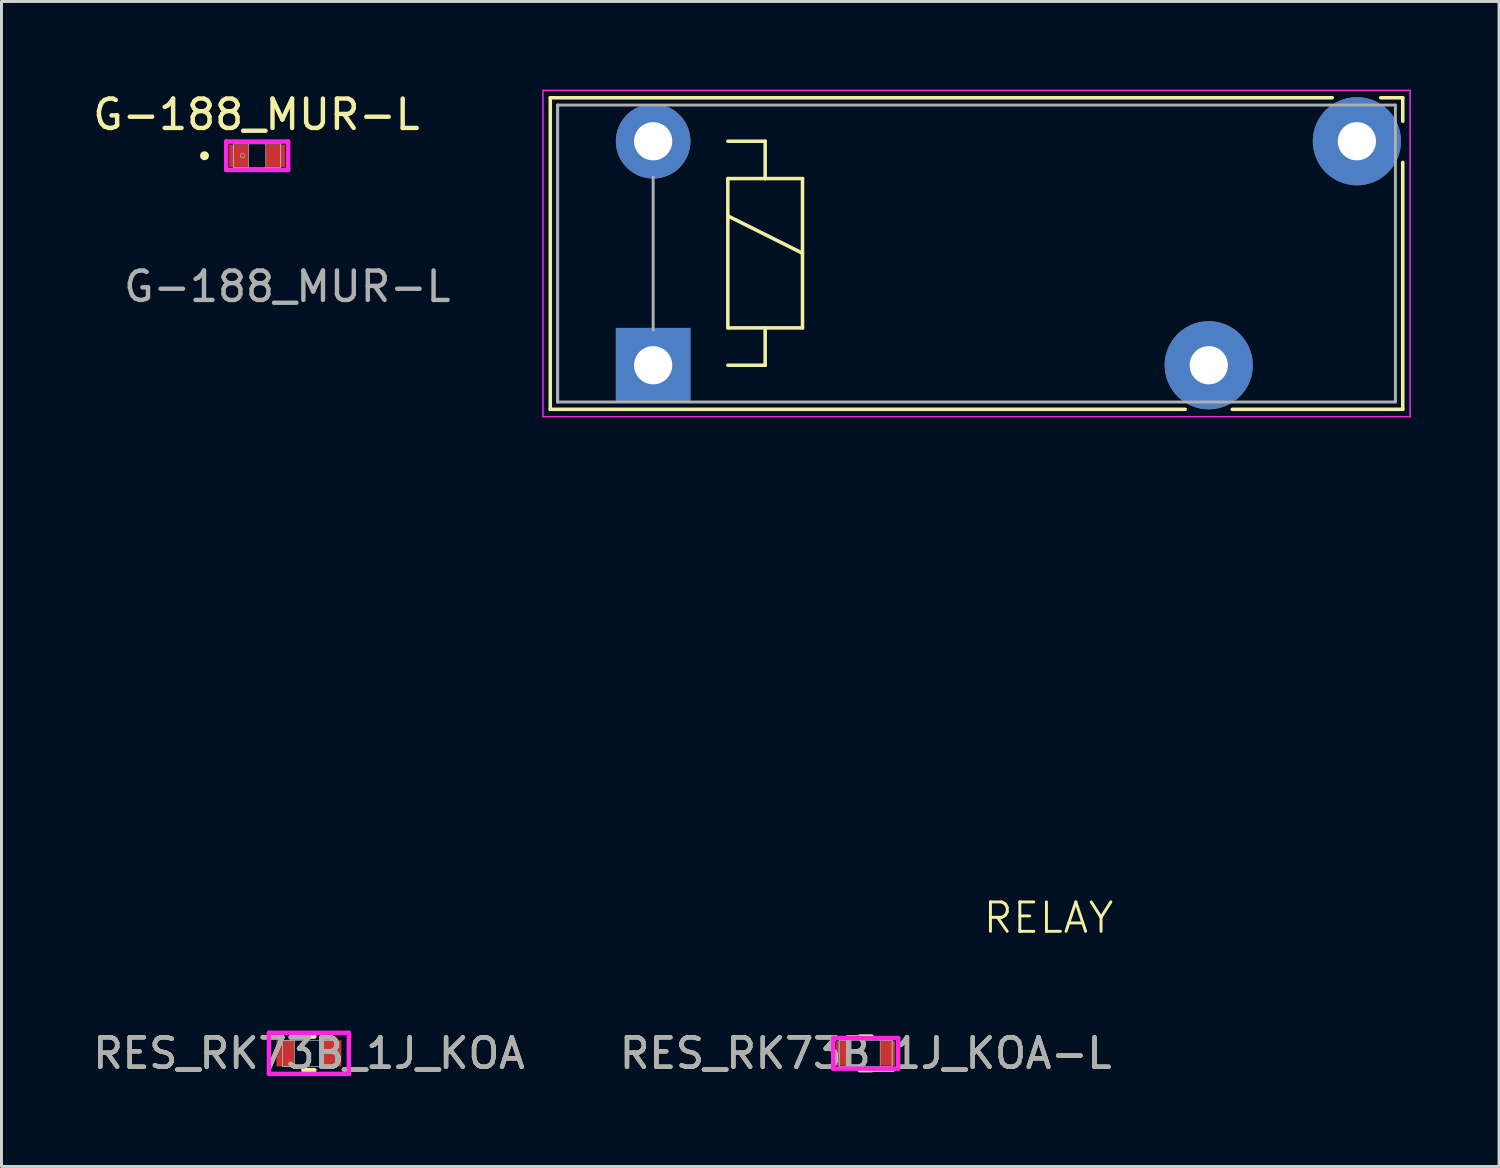
<source format=kicad_pcb>
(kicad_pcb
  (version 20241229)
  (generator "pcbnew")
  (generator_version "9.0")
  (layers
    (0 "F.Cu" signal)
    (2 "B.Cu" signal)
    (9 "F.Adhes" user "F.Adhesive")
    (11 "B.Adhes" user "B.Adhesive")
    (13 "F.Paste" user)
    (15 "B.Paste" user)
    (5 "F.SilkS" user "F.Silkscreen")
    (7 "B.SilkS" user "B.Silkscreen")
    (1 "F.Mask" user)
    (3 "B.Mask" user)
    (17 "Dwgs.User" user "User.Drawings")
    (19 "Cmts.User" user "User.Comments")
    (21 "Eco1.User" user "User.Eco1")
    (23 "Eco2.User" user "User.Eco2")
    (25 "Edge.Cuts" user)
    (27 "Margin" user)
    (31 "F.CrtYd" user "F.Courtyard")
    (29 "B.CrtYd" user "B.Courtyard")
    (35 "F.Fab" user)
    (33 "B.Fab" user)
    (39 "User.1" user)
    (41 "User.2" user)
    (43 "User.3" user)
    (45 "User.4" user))
  (footprint "RELAY"
    (layer "F.Cu")
    (at 31.52 5.775)
    (property "Reference" "RELAY" (at 1.1 22.4 0) (unlocked yes) (layer "F.SilkS") (effects (font (size 1 1) (thickness 0.1))))
    (attr through_hole)
    (fp_line (start -15.85 -5.5) (end 10.75 -5.5) (stroke (width 0.12) (type solid)) (layer "F.SilkS"))
    (fp_line (start -15.85 5.1) (end -15.85 -5.5) (stroke (width 0.12) (type solid)) (layer "F.SilkS"))
    (fp_line (start -9.81 -4.02) (end -8.54 -4.02) (stroke (width 0.12) (type solid)) (layer "F.SilkS"))
    (fp_line (start -9.81 -2.75) (end -8.54 -2.75) (stroke (width 0.12) (type solid)) (layer "F.SilkS"))
    (fp_line (start -9.81 -1.48) (end -7.27 -0.21) (stroke (width 0.12) (type solid)) (layer "F.SilkS"))
    (fp_line (start -9.81 2.33) (end -9.81 -2.75) (stroke (width 0.12) (type solid)) (layer "F.SilkS"))
    (fp_line (start -8.54 -4.02) (end -8.54 -2.75) (stroke (width 0.12) (type solid)) (layer "F.SilkS"))
    (fp_line (start -8.54 -2.75) (end -7.27 -2.75) (stroke (width 0.12) (type solid)) (layer "F.SilkS"))
    (fp_line (start -8.54 2.33) (end -8.54 3.6) (stroke (width 0.12) (type solid)) (layer "F.SilkS"))
    (fp_line (start -8.54 3.6) (end -9.81 3.6) (stroke (width 0.12) (type solid)) (layer "F.SilkS"))
    (fp_line (start -7.27 -2.75) (end -7.27 2.33) (stroke (width 0.12) (type solid)) (layer "F.SilkS"))
    (fp_line (start -7.27 2.33) (end -9.81 2.33) (stroke (width 0.12) (type solid)) (layer "F.SilkS"))
    (fp_line (start 5.75 5.1) (end -15.85 5.1) (stroke (width 0.12) (type solid)) (layer "F.SilkS"))
    (fp_line (start 12.4 -5.5) (end 13.15 -5.5) (stroke (width 0.12) (type solid)) (layer "F.SilkS"))
    (fp_line (start 13.15 -5.5) (end 13.15 -4.7) (stroke (width 0.12) (type solid)) (layer "F.SilkS"))
    (fp_line (start 13.15 -3.3) (end 13.15 5.1) (stroke (width 0.12) (type solid)) (layer "F.SilkS"))
    (fp_line (start 13.15 5.1) (end 7.35 5.1) (stroke (width 0.12) (type solid)) (layer "F.SilkS"))
    (fp_line (start -16.1 -5.75) (end -16.1 5.35) (stroke (width 0.05) (type solid)) (layer "F.CrtYd"))
    (fp_line (start -16.1 5.35) (end 13.4 5.35) (stroke (width 0.05) (type solid)) (layer "F.CrtYd"))
    (fp_line (start 13.4 -5.75) (end -16.1 -5.75) (stroke (width 0.05) (type solid)) (layer "F.CrtYd"))
    (fp_line (start 13.4 5.35) (end 13.4 -5.75) (stroke (width 0.05) (type solid)) (layer "F.CrtYd"))
    (fp_line (start -15.6 -5.25) (end 12.9 -5.25) (stroke (width 0.1) (type solid)) (layer "F.Fab"))
    (fp_line (start -15.6 4.85) (end -15.6 -5.25) (stroke (width 0.1) (type solid)) (layer "F.Fab"))
    (fp_line (start -15.6 4.85) (end -15.6 -5.25) (stroke (width 0.1) (type solid)) (layer "F.Fab"))
    (fp_line (start -12.35 -2.8) (end -12.35 2.4) (stroke (width 0.1) (type solid)) (layer "F.Fab"))
    (fp_line (start 12.9 -5.25) (end 12.9 4.85) (stroke (width 0.1) (type solid)) (layer "F.Fab"))
    (fp_line (start 12.9 4.85) (end -15.6 4.85) (stroke (width 0.1) (type solid)) (layer "F.Fab"))
    (pad "A1" thru_hole rect (at -12.35 3.6) (size 2.54 2.54) (drill 1.3) (layers "*.Cu" "*.Mask"))
    (pad "A2" thru_hole circle (at -12.35 -4.02) (size 2.54 2.54) (drill 1.3) (layers "*.Cu" "*.Mask"))
    (pad "COM" thru_hole circle (at 11.59 -4.02) (size 3 3) (drill 1.3) (layers "*.Cu" "*.Mask"))
    (pad "NO" thru_hole circle (at 6.55 3.6) (size 3 3) (drill 1.3) (layers "*.Cu" "*.Mask")))
  (footprint "RES_RK73B_1J_KOA"
    (layer "F.Cu")
    (at 7.458 32.784)
    (property "Reference" "RES_RK73B_1J_KOA" (at 0 0 0) (unlocked yes) (layer "F.SilkS") (effects (font (size 1 1) (thickness 0.15))))
    (attr smd)
    (fp_line (start -0.188 0.572) (end 0.188 0.572) (stroke (width 0.152) (type solid)) (layer "F.SilkS"))
    (fp_line (start 0.188 -0.572) (end -0.188 -0.572) (stroke (width 0.152) (type solid)) (layer "F.SilkS"))
    (fp_line (start -1.359 -0.699) (end 1.359 -0.699) (stroke (width 0.152) (type solid)) (layer "F.CrtYd"))
    (fp_line (start -1.359 0.699) (end -1.359 -0.699) (stroke (width 0.152) (type solid)) (layer "F.CrtYd"))
    (fp_line (start 1.359 -0.699) (end 1.359 0.699) (stroke (width 0.152) (type solid)) (layer "F.CrtYd"))
    (fp_line (start 1.359 0.699) (end -1.359 0.699) (stroke (width 0.152) (type solid)) (layer "F.CrtYd"))
    (fp_line (start -0.902 -0.445) (end -0.902 0.445) (stroke (width 0.025) (type solid)) (layer "F.Fab"))
    (fp_line (start -0.902 -0.445) (end -0.902 0.445) (stroke (width 0.025) (type solid)) (layer "F.Fab"))
    (fp_line (start -0.902 0.445) (end -0.495 0.445) (stroke (width 0.025) (type solid)) (layer "F.Fab"))
    (fp_line (start -0.902 0.445) (end 0.902 0.445) (stroke (width 0.025) (type solid)) (layer "F.Fab"))
    (fp_line (start -0.495 -0.445) (end -0.902 -0.445) (stroke (width 0.025) (type solid)) (layer "F.Fab"))
    (fp_line (start -0.495 0.445) (end -0.495 -0.445) (stroke (width 0.025) (type solid)) (layer "F.Fab"))
    (fp_line (start 0.495 -0.445) (end 0.495 0.445) (stroke (width 0.025) (type solid)) (layer "F.Fab"))
    (fp_line (start 0.495 0.445) (end 0.902 0.445) (stroke (width 0.025) (type solid)) (layer "F.Fab"))
    (fp_line (start 0.902 -0.445) (end -0.902 -0.445) (stroke (width 0.025) (type solid)) (layer "F.Fab"))
    (fp_line (start 0.902 -0.445) (end 0.495 -0.445) (stroke (width 0.025) (type solid)) (layer "F.Fab"))
    (fp_line (start 0.902 0.445) (end 0.902 -0.445) (stroke (width 0.025) (type solid)) (layer "F.Fab"))
    (fp_line (start 0.902 0.445) (end 0.902 -0.445) (stroke (width 0.025) (type solid)) (layer "F.Fab"))
    (fp_text user "${REFERENCE}" (at 0 0 0) (unlocked yes) (layer "F.Fab") (effects (font (size 1 1) (thickness 0.15))))
    (pad "1" smd rect (at -0.8 0) (size 0.61 0.889) (layers "F.Cu" "F.Mask" "F.Paste"))
    (pad "2" smd rect (at 0.8 0) (size 0.61 0.889) (layers "F.Cu" "F.Mask" "F.Paste"))
    (zone (net_name "") (layer "F.Cu") (hatch full 0.508) (connect_pads) (min_thickness 0.254) (filled_areas_thickness no) (keepout (tracks not_allowed) (vias not_allowed) (pads allowed) (copperpour not_allowed) (footprints allowed)) (placement (enabled no)) (fill) (polygon (pts (xy 7.014 32.39) (xy 7.903 32.39) (xy 7.903 33.177) (xy 7.014 33.177)))))
  (footprint "RES_RK73B_1J_KOA-L"
    (layer "F.Cu")
    (at 26.399 32.784)
    (property "Reference" "RES_RK73B_1J_KOA-L" (at 0 0 0) (unlocked yes) (layer "F.SilkS") (effects (font (size 1 1) (thickness 0.15))))
    (attr smd)
    (fp_line (start -0.2 0.572) (end 0.2 0.572) (stroke (width 0.152) (type solid)) (layer "F.SilkS"))
    (fp_line (start 0.2 -0.572) (end -0.2 -0.572) (stroke (width 0.152) (type solid)) (layer "F.SilkS"))
    (fp_line (start -1.105 -0.521) (end 1.105 -0.521) (stroke (width 0.152) (type solid)) (layer "F.CrtYd"))
    (fp_line (start -1.105 0.521) (end -1.105 -0.521) (stroke (width 0.152) (type solid)) (layer "F.CrtYd"))
    (fp_line (start 1.105 -0.521) (end 1.105 0.521) (stroke (width 0.152) (type solid)) (layer "F.CrtYd"))
    (fp_line (start 1.105 0.521) (end -1.105 0.521) (stroke (width 0.152) (type solid)) (layer "F.CrtYd"))
    (fp_line (start -0.902 -0.445) (end -0.902 0.445) (stroke (width 0.025) (type solid)) (layer "F.Fab"))
    (fp_line (start -0.902 -0.445) (end -0.902 0.445) (stroke (width 0.025) (type solid)) (layer "F.Fab"))
    (fp_line (start -0.902 0.445) (end -0.495 0.445) (stroke (width 0.025) (type solid)) (layer "F.Fab"))
    (fp_line (start -0.902 0.445) (end 0.902 0.445) (stroke (width 0.025) (type solid)) (layer "F.Fab"))
    (fp_line (start -0.495 -0.445) (end -0.902 -0.445) (stroke (width 0.025) (type solid)) (layer "F.Fab"))
    (fp_line (start -0.495 0.445) (end -0.495 -0.445) (stroke (width 0.025) (type solid)) (layer "F.Fab"))
    (fp_line (start 0.495 -0.445) (end 0.495 0.445) (stroke (width 0.025) (type solid)) (layer "F.Fab"))
    (fp_line (start 0.495 0.445) (end 0.902 0.445) (stroke (width 0.025) (type solid)) (layer "F.Fab"))
    (fp_line (start 0.902 -0.445) (end -0.902 -0.445) (stroke (width 0.025) (type solid)) (layer "F.Fab"))
    (fp_line (start 0.902 -0.445) (end 0.495 -0.445) (stroke (width 0.025) (type solid)) (layer "F.Fab"))
    (fp_line (start 0.902 0.445) (end 0.902 -0.445) (stroke (width 0.025) (type solid)) (layer "F.Fab"))
    (fp_line (start 0.902 0.445) (end 0.902 -0.445) (stroke (width 0.025) (type solid)) (layer "F.Fab"))
    (fp_text user "${REFERENCE}" (at 0 0 0) (unlocked yes) (layer "F.Fab") (effects (font (size 1 1) (thickness 0.15))))
    (pad "1" smd rect (at -0.749 0) (size 0.508 0.838) (layers "F.Cu" "F.Mask" "F.Paste"))
    (pad "2" smd rect (at 0.749 0) (size 0.508 0.838) (layers "F.Cu" "F.Mask" "F.Paste"))
    (zone (net_name "") (layer "F.Cu") (hatch full 0.508) (connect_pads) (min_thickness 0.254) (filled_areas_thickness no) (keepout (tracks not_allowed) (vias not_allowed) (pads allowed) (copperpour not_allowed) (footprints allowed)) (placement (enabled no)) (fill) (polygon (pts (xy 25.954 32.39) (xy 26.843 32.39) (xy 26.843 33.177) (xy 25.954 33.177)))))
  (footprint "G-188_MUR-L"
    (layer "F.Cu")
    (at 5.698 2.248)
    (property "Reference" "G-188_MUR-L" (at -0.025 -1.4 0) (unlocked yes) (layer "F.SilkS") (effects (font (size 1 1) (thickness 0.15))))
    (attr smd)
    (fp_circle (center -1.791 0) (end -1.714 0) (stroke (width 0.152) (type solid)) (fill no) (layer "F.SilkS"))
    (fp_line (start -1.054 -0.483) (end 1.054 -0.483) (stroke (width 0.152) (type solid)) (layer "F.CrtYd"))
    (fp_line (start -1.054 0.483) (end -1.054 -0.483) (stroke (width 0.152) (type solid)) (layer "F.CrtYd"))
    (fp_line (start 1.054 -0.483) (end 1.054 0.483) (stroke (width 0.152) (type solid)) (layer "F.CrtYd"))
    (fp_line (start 1.054 0.483) (end -1.054 0.483) (stroke (width 0.152) (type solid)) (layer "F.CrtYd"))
    (fp_line (start -0.8 -0.406) (end -0.8 0.406) (stroke (width 0.025) (type solid)) (layer "F.Fab"))
    (fp_line (start -0.8 -0.406) (end -0.8 0.406) (stroke (width 0.025) (type solid)) (layer "F.Fab"))
    (fp_line (start -0.8 0.406) (end -0.292 0.406) (stroke (width 0.025) (type solid)) (layer "F.Fab"))
    (fp_line (start -0.8 0.406) (end 0.8 0.406) (stroke (width 0.025) (type solid)) (layer "F.Fab"))
    (fp_line (start -0.292 -0.406) (end -0.8 -0.406) (stroke (width 0.025) (type solid)) (layer "F.Fab"))
    (fp_line (start -0.292 0.406) (end -0.292 -0.406) (stroke (width 0.025) (type solid)) (layer "F.Fab"))
    (fp_line (start 0.292 -0.406) (end 0.292 0.406) (stroke (width 0.025) (type solid)) (layer "F.Fab"))
    (fp_line (start 0.292 0.406) (end 0.8 0.406) (stroke (width 0.025) (type solid)) (layer "F.Fab"))
    (fp_line (start 0.8 -0.406) (end -0.8 -0.406) (stroke (width 0.025) (type solid)) (layer "F.Fab"))
    (fp_line (start 0.8 -0.406) (end 0.292 -0.406) (stroke (width 0.025) (type solid)) (layer "F.Fab"))
    (fp_line (start 0.8 0.406) (end 0.8 -0.406) (stroke (width 0.025) (type solid)) (layer "F.Fab"))
    (fp_line (start 0.8 0.406) (end 0.8 -0.406) (stroke (width 0.025) (type solid)) (layer "F.Fab"))
    (fp_circle (center -0.495 0) (end -0.419 0) (stroke (width 0.025) (type solid)) (fill no) (layer "F.Fab"))
    (fp_text user "${REFERENCE}" (at 1.025 4.45 0) (unlocked yes) (layer "F.Fab") (effects (font (size 1 1) (thickness 0.15))))
    (pad "1" smd rect (at -0.622 0) (size 0.66 0.762) (layers "F.Cu" "F.Mask" "F.Paste"))
    (pad "2" smd rect (at 0.622 0) (size 0.66 0.762) (layers "F.Cu" "F.Mask" "F.Paste")))
  (gr_rect
    (start -3 -3)
    (end 47.945 36.632)
    (stroke (width 0.1) (type default))
    (fill no)
    (layer "Edge.Cuts")))
</source>
